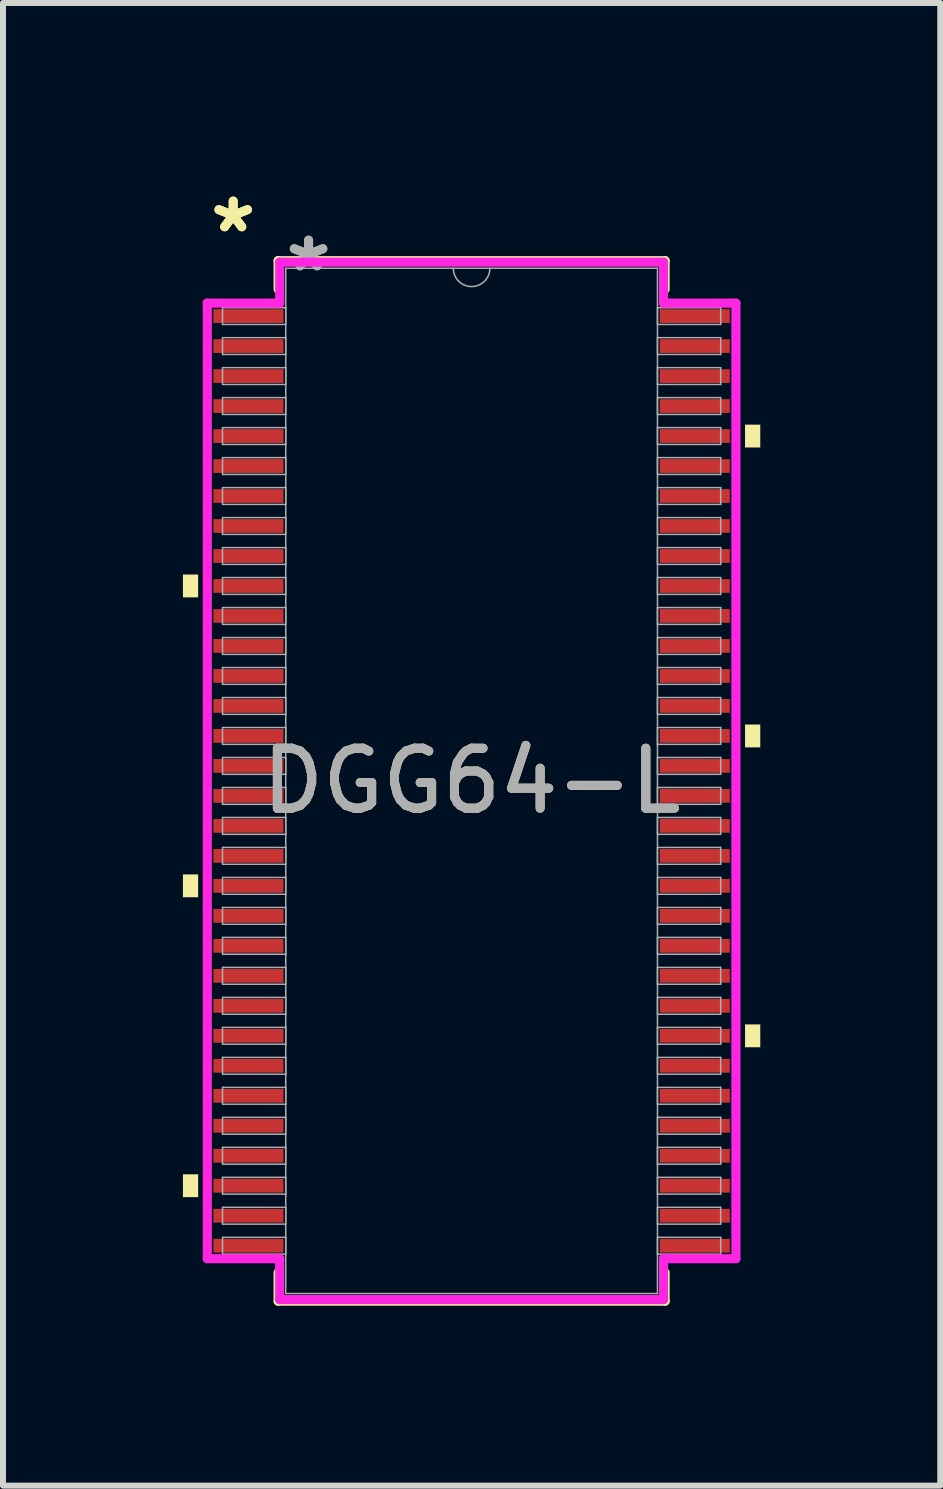
<source format=kicad_pcb>
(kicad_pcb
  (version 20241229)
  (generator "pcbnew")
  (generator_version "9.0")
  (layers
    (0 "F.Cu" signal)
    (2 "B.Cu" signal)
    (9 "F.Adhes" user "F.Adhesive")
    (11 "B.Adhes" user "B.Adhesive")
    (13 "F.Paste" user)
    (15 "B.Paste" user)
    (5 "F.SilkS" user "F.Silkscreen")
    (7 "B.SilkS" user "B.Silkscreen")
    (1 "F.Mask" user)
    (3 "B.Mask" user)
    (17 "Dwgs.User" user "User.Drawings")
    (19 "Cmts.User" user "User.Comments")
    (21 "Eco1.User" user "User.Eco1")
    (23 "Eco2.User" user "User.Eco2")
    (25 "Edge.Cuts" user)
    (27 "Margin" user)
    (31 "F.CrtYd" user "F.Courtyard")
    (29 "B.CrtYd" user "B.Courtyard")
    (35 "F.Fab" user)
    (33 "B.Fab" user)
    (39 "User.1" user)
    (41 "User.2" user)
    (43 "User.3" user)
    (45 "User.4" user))
  (footprint "DGG64-L"
    (layer "F.Cu")
    (at 4.813 9.97)
    (property "Reference" "DGG64-L" (at 0 0 0) (unlocked yes) (layer "F.SilkS") (effects (font (size 1 1) (thickness 0.15))))
    (attr smd)
    (fp_line (start -3.226 -8.674) (end -3.226 -8.197) (stroke (width 0.152) (type solid)) (layer "F.SilkS"))
    (fp_line (start -3.226 8.197) (end -3.226 8.674) (stroke (width 0.152) (type solid)) (layer "F.SilkS"))
    (fp_line (start -3.226 8.674) (end 3.226 8.674) (stroke (width 0.152) (type solid)) (layer "F.SilkS"))
    (fp_line (start 3.226 -8.674) (end -3.226 -8.674) (stroke (width 0.152) (type solid)) (layer "F.SilkS"))
    (fp_line (start 3.226 -8.197) (end 3.226 -8.674) (stroke (width 0.152) (type solid)) (layer "F.SilkS"))
    (fp_line (start 3.226 8.674) (end 3.226 8.197) (stroke (width 0.152) (type solid)) (layer "F.SilkS"))
    (fp_poly (pts (xy -4.813 -3.441) (xy -4.813 -3.06) (xy -4.559 -3.06) (xy -4.559 -3.441)) (stroke (width 0) (type solid)) (fill yes) (layer "F.SilkS"))
    (fp_poly (pts (xy -4.813 1.559) (xy -4.813 1.94) (xy -4.559 1.94) (xy -4.559 1.559)) (stroke (width 0) (type solid)) (fill yes) (layer "F.SilkS"))
    (fp_poly (pts (xy -4.813 6.559) (xy -4.813 6.94) (xy -4.559 6.94) (xy -4.559 6.559)) (stroke (width 0) (type solid)) (fill yes) (layer "F.SilkS"))
    (fp_poly (pts (xy 4.813 -5.94) (xy 4.813 -5.559) (xy 4.559 -5.559) (xy 4.559 -5.94)) (stroke (width 0) (type solid)) (fill yes) (layer "F.SilkS"))
    (fp_poly (pts (xy 4.813 -0.94) (xy 4.813 -0.559) (xy 4.559 -0.559) (xy 4.559 -0.94)) (stroke (width 0) (type solid)) (fill yes) (layer "F.SilkS"))
    (fp_poly (pts (xy 4.813 4.06) (xy 4.813 4.441) (xy 4.559 4.441) (xy 4.559 4.06)) (stroke (width 0) (type solid)) (fill yes) (layer "F.SilkS"))
    (fp_line (start -4.407 -7.966) (end -3.2 -7.966) (stroke (width 0.152) (type solid)) (layer "F.CrtYd"))
    (fp_line (start -4.407 7.966) (end -4.407 -7.966) (stroke (width 0.152) (type solid)) (layer "F.CrtYd"))
    (fp_line (start -4.407 7.966) (end -3.2 7.966) (stroke (width 0.152) (type solid)) (layer "F.CrtYd"))
    (fp_line (start -3.2 -8.649) (end 3.2 -8.649) (stroke (width 0.152) (type solid)) (layer "F.CrtYd"))
    (fp_line (start -3.2 -7.966) (end -3.2 -8.649) (stroke (width 0.152) (type solid)) (layer "F.CrtYd"))
    (fp_line (start -3.2 8.649) (end -3.2 7.966) (stroke (width 0.152) (type solid)) (layer "F.CrtYd"))
    (fp_line (start 3.2 -8.649) (end 3.2 -7.966) (stroke (width 0.152) (type solid)) (layer "F.CrtYd"))
    (fp_line (start 3.2 7.966) (end 3.2 8.649) (stroke (width 0.152) (type solid)) (layer "F.CrtYd"))
    (fp_line (start 3.2 8.649) (end -3.2 8.649) (stroke (width 0.152) (type solid)) (layer "F.CrtYd"))
    (fp_line (start 4.407 -7.966) (end 3.2 -7.966) (stroke (width 0.152) (type solid)) (layer "F.CrtYd"))
    (fp_line (start 4.407 -7.966) (end 4.407 7.966) (stroke (width 0.152) (type solid)) (layer "F.CrtYd"))
    (fp_line (start 4.407 7.966) (end 3.2 7.966) (stroke (width 0.152) (type solid)) (layer "F.CrtYd"))
    (fp_line (start -4.153 -7.89) (end -4.153 -7.61) (stroke (width 0.025) (type solid)) (layer "F.Fab"))
    (fp_line (start -4.153 -7.61) (end -3.099 -7.61) (stroke (width 0.025) (type solid)) (layer "F.Fab"))
    (fp_line (start -4.153 -7.39) (end -4.153 -7.11) (stroke (width 0.025) (type solid)) (layer "F.Fab"))
    (fp_line (start -4.153 -7.11) (end -3.099 -7.11) (stroke (width 0.025) (type solid)) (layer "F.Fab"))
    (fp_line (start -4.153 -6.89) (end -4.153 -6.61) (stroke (width 0.025) (type solid)) (layer "F.Fab"))
    (fp_line (start -4.153 -6.61) (end -3.099 -6.61) (stroke (width 0.025) (type solid)) (layer "F.Fab"))
    (fp_line (start -4.153 -6.39) (end -4.153 -6.11) (stroke (width 0.025) (type solid)) (layer "F.Fab"))
    (fp_line (start -4.153 -6.11) (end -3.099 -6.11) (stroke (width 0.025) (type solid)) (layer "F.Fab"))
    (fp_line (start -4.153 -5.89) (end -4.153 -5.61) (stroke (width 0.025) (type solid)) (layer "F.Fab"))
    (fp_line (start -4.153 -5.61) (end -3.099 -5.61) (stroke (width 0.025) (type solid)) (layer "F.Fab"))
    (fp_line (start -4.153 -5.39) (end -4.153 -5.11) (stroke (width 0.025) (type solid)) (layer "F.Fab"))
    (fp_line (start -4.153 -5.11) (end -3.099 -5.11) (stroke (width 0.025) (type solid)) (layer "F.Fab"))
    (fp_line (start -4.153 -4.89) (end -4.153 -4.61) (stroke (width 0.025) (type solid)) (layer "F.Fab"))
    (fp_line (start -4.153 -4.61) (end -3.099 -4.61) (stroke (width 0.025) (type solid)) (layer "F.Fab"))
    (fp_line (start -4.153 -4.39) (end -4.153 -4.11) (stroke (width 0.025) (type solid)) (layer "F.Fab"))
    (fp_line (start -4.153 -4.11) (end -3.099 -4.11) (stroke (width 0.025) (type solid)) (layer "F.Fab"))
    (fp_line (start -4.153 -3.89) (end -4.153 -3.61) (stroke (width 0.025) (type solid)) (layer "F.Fab"))
    (fp_line (start -4.153 -3.61) (end -3.099 -3.61) (stroke (width 0.025) (type solid)) (layer "F.Fab"))
    (fp_line (start -4.153 -3.39) (end -4.153 -3.11) (stroke (width 0.025) (type solid)) (layer "F.Fab"))
    (fp_line (start -4.153 -3.11) (end -3.099 -3.11) (stroke (width 0.025) (type solid)) (layer "F.Fab"))
    (fp_line (start -4.153 -2.89) (end -4.153 -2.61) (stroke (width 0.025) (type solid)) (layer "F.Fab"))
    (fp_line (start -4.153 -2.61) (end -3.099 -2.61) (stroke (width 0.025) (type solid)) (layer "F.Fab"))
    (fp_line (start -4.153 -2.39) (end -4.153 -2.11) (stroke (width 0.025) (type solid)) (layer "F.Fab"))
    (fp_line (start -4.153 -2.11) (end -3.099 -2.11) (stroke (width 0.025) (type solid)) (layer "F.Fab"))
    (fp_line (start -4.153 -1.89) (end -4.153 -1.61) (stroke (width 0.025) (type solid)) (layer "F.Fab"))
    (fp_line (start -4.153 -1.61) (end -3.099 -1.61) (stroke (width 0.025) (type solid)) (layer "F.Fab"))
    (fp_line (start -4.153 -1.39) (end -4.153 -1.11) (stroke (width 0.025) (type solid)) (layer "F.Fab"))
    (fp_line (start -4.153 -1.11) (end -3.099 -1.11) (stroke (width 0.025) (type solid)) (layer "F.Fab"))
    (fp_line (start -4.153 -0.89) (end -4.153 -0.61) (stroke (width 0.025) (type solid)) (layer "F.Fab"))
    (fp_line (start -4.153 -0.61) (end -3.099 -0.61) (stroke (width 0.025) (type solid)) (layer "F.Fab"))
    (fp_line (start -4.153 -0.39) (end -4.153 -0.11) (stroke (width 0.025) (type solid)) (layer "F.Fab"))
    (fp_line (start -4.153 -0.11) (end -3.099 -0.11) (stroke (width 0.025) (type solid)) (layer "F.Fab"))
    (fp_line (start -4.153 0.11) (end -4.153 0.39) (stroke (width 0.025) (type solid)) (layer "F.Fab"))
    (fp_line (start -4.153 0.39) (end -3.099 0.39) (stroke (width 0.025) (type solid)) (layer "F.Fab"))
    (fp_line (start -4.153 0.61) (end -4.153 0.89) (stroke (width 0.025) (type solid)) (layer "F.Fab"))
    (fp_line (start -4.153 0.89) (end -3.099 0.89) (stroke (width 0.025) (type solid)) (layer "F.Fab"))
    (fp_line (start -4.153 1.11) (end -4.153 1.39) (stroke (width 0.025) (type solid)) (layer "F.Fab"))
    (fp_line (start -4.153 1.39) (end -3.099 1.39) (stroke (width 0.025) (type solid)) (layer "F.Fab"))
    (fp_line (start -4.153 1.61) (end -4.153 1.89) (stroke (width 0.025) (type solid)) (layer "F.Fab"))
    (fp_line (start -4.153 1.89) (end -3.099 1.89) (stroke (width 0.025) (type solid)) (layer "F.Fab"))
    (fp_line (start -4.153 2.11) (end -4.153 2.39) (stroke (width 0.025) (type solid)) (layer "F.Fab"))
    (fp_line (start -4.153 2.39) (end -3.099 2.39) (stroke (width 0.025) (type solid)) (layer "F.Fab"))
    (fp_line (start -4.153 2.61) (end -4.153 2.89) (stroke (width 0.025) (type solid)) (layer "F.Fab"))
    (fp_line (start -4.153 2.89) (end -3.099 2.89) (stroke (width 0.025) (type solid)) (layer "F.Fab"))
    (fp_line (start -4.153 3.11) (end -4.153 3.39) (stroke (width 0.025) (type solid)) (layer "F.Fab"))
    (fp_line (start -4.153 3.39) (end -3.099 3.39) (stroke (width 0.025) (type solid)) (layer "F.Fab"))
    (fp_line (start -4.153 3.61) (end -4.153 3.89) (stroke (width 0.025) (type solid)) (layer "F.Fab"))
    (fp_line (start -4.153 3.89) (end -3.099 3.89) (stroke (width 0.025) (type solid)) (layer "F.Fab"))
    (fp_line (start -4.153 4.11) (end -4.153 4.39) (stroke (width 0.025) (type solid)) (layer "F.Fab"))
    (fp_line (start -4.153 4.39) (end -3.099 4.39) (stroke (width 0.025) (type solid)) (layer "F.Fab"))
    (fp_line (start -4.153 4.61) (end -4.153 4.89) (stroke (width 0.025) (type solid)) (layer "F.Fab"))
    (fp_line (start -4.153 4.89) (end -3.099 4.89) (stroke (width 0.025) (type solid)) (layer "F.Fab"))
    (fp_line (start -4.153 5.11) (end -4.153 5.39) (stroke (width 0.025) (type solid)) (layer "F.Fab"))
    (fp_line (start -4.153 5.39) (end -3.099 5.39) (stroke (width 0.025) (type solid)) (layer "F.Fab"))
    (fp_line (start -4.153 5.61) (end -4.153 5.89) (stroke (width 0.025) (type solid)) (layer "F.Fab"))
    (fp_line (start -4.153 5.89) (end -3.099 5.89) (stroke (width 0.025) (type solid)) (layer "F.Fab"))
    (fp_line (start -4.153 6.11) (end -4.153 6.39) (stroke (width 0.025) (type solid)) (layer "F.Fab"))
    (fp_line (start -4.153 6.39) (end -3.099 6.39) (stroke (width 0.025) (type solid)) (layer "F.Fab"))
    (fp_line (start -4.153 6.61) (end -4.153 6.89) (stroke (width 0.025) (type solid)) (layer "F.Fab"))
    (fp_line (start -4.153 6.89) (end -3.099 6.89) (stroke (width 0.025) (type solid)) (layer "F.Fab"))
    (fp_line (start -4.153 7.11) (end -4.153 7.39) (stroke (width 0.025) (type solid)) (layer "F.Fab"))
    (fp_line (start -4.153 7.39) (end -3.099 7.39) (stroke (width 0.025) (type solid)) (layer "F.Fab"))
    (fp_line (start -4.153 7.61) (end -4.153 7.89) (stroke (width 0.025) (type solid)) (layer "F.Fab"))
    (fp_line (start -4.153 7.89) (end -3.099 7.89) (stroke (width 0.025) (type solid)) (layer "F.Fab"))
    (fp_line (start -3.099 -8.547) (end -3.099 8.547) (stroke (width 0.025) (type solid)) (layer "F.Fab"))
    (fp_line (start -3.099 -7.89) (end -4.153 -7.89) (stroke (width 0.025) (type solid)) (layer "F.Fab"))
    (fp_line (start -3.099 -7.61) (end -3.099 -7.89) (stroke (width 0.025) (type solid)) (layer "F.Fab"))
    (fp_line (start -3.099 -7.39) (end -4.153 -7.39) (stroke (width 0.025) (type solid)) (layer "F.Fab"))
    (fp_line (start -3.099 -7.11) (end -3.099 -7.39) (stroke (width 0.025) (type solid)) (layer "F.Fab"))
    (fp_line (start -3.099 -6.89) (end -4.153 -6.89) (stroke (width 0.025) (type solid)) (layer "F.Fab"))
    (fp_line (start -3.099 -6.61) (end -3.099 -6.89) (stroke (width 0.025) (type solid)) (layer "F.Fab"))
    (fp_line (start -3.099 -6.39) (end -4.153 -6.39) (stroke (width 0.025) (type solid)) (layer "F.Fab"))
    (fp_line (start -3.099 -6.11) (end -3.099 -6.39) (stroke (width 0.025) (type solid)) (layer "F.Fab"))
    (fp_line (start -3.099 -5.89) (end -4.153 -5.89) (stroke (width 0.025) (type solid)) (layer "F.Fab"))
    (fp_line (start -3.099 -5.61) (end -3.099 -5.89) (stroke (width 0.025) (type solid)) (layer "F.Fab"))
    (fp_line (start -3.099 -5.39) (end -4.153 -5.39) (stroke (width 0.025) (type solid)) (layer "F.Fab"))
    (fp_line (start -3.099 -5.11) (end -3.099 -5.39) (stroke (width 0.025) (type solid)) (layer "F.Fab"))
    (fp_line (start -3.099 -4.89) (end -4.153 -4.89) (stroke (width 0.025) (type solid)) (layer "F.Fab"))
    (fp_line (start -3.099 -4.61) (end -3.099 -4.89) (stroke (width 0.025) (type solid)) (layer "F.Fab"))
    (fp_line (start -3.099 -4.39) (end -4.153 -4.39) (stroke (width 0.025) (type solid)) (layer "F.Fab"))
    (fp_line (start -3.099 -4.11) (end -3.099 -4.39) (stroke (width 0.025) (type solid)) (layer "F.Fab"))
    (fp_line (start -3.099 -3.89) (end -4.153 -3.89) (stroke (width 0.025) (type solid)) (layer "F.Fab"))
    (fp_line (start -3.099 -3.61) (end -3.099 -3.89) (stroke (width 0.025) (type solid)) (layer "F.Fab"))
    (fp_line (start -3.099 -3.39) (end -4.153 -3.39) (stroke (width 0.025) (type solid)) (layer "F.Fab"))
    (fp_line (start -3.099 -3.11) (end -3.099 -3.39) (stroke (width 0.025) (type solid)) (layer "F.Fab"))
    (fp_line (start -3.099 -2.89) (end -4.153 -2.89) (stroke (width 0.025) (type solid)) (layer "F.Fab"))
    (fp_line (start -3.099 -2.61) (end -3.099 -2.89) (stroke (width 0.025) (type solid)) (layer "F.Fab"))
    (fp_line (start -3.099 -2.39) (end -4.153 -2.39) (stroke (width 0.025) (type solid)) (layer "F.Fab"))
    (fp_line (start -3.099 -2.11) (end -3.099 -2.39) (stroke (width 0.025) (type solid)) (layer "F.Fab"))
    (fp_line (start -3.099 -1.89) (end -4.153 -1.89) (stroke (width 0.025) (type solid)) (layer "F.Fab"))
    (fp_line (start -3.099 -1.61) (end -3.099 -1.89) (stroke (width 0.025) (type solid)) (layer "F.Fab"))
    (fp_line (start -3.099 -1.39) (end -4.153 -1.39) (stroke (width 0.025) (type solid)) (layer "F.Fab"))
    (fp_line (start -3.099 -1.11) (end -3.099 -1.39) (stroke (width 0.025) (type solid)) (layer "F.Fab"))
    (fp_line (start -3.099 -0.89) (end -4.153 -0.89) (stroke (width 0.025) (type solid)) (layer "F.Fab"))
    (fp_line (start -3.099 -0.61) (end -3.099 -0.89) (stroke (width 0.025) (type solid)) (layer "F.Fab"))
    (fp_line (start -3.099 -0.39) (end -4.153 -0.39) (stroke (width 0.025) (type solid)) (layer "F.Fab"))
    (fp_line (start -3.099 -0.11) (end -3.099 -0.39) (stroke (width 0.025) (type solid)) (layer "F.Fab"))
    (fp_line (start -3.099 0.11) (end -4.153 0.11) (stroke (width 0.025) (type solid)) (layer "F.Fab"))
    (fp_line (start -3.099 0.39) (end -3.099 0.11) (stroke (width 0.025) (type solid)) (layer "F.Fab"))
    (fp_line (start -3.099 0.61) (end -4.153 0.61) (stroke (width 0.025) (type solid)) (layer "F.Fab"))
    (fp_line (start -3.099 0.89) (end -3.099 0.61) (stroke (width 0.025) (type solid)) (layer "F.Fab"))
    (fp_line (start -3.099 1.11) (end -4.153 1.11) (stroke (width 0.025) (type solid)) (layer "F.Fab"))
    (fp_line (start -3.099 1.39) (end -3.099 1.11) (stroke (width 0.025) (type solid)) (layer "F.Fab"))
    (fp_line (start -3.099 1.61) (end -4.153 1.61) (stroke (width 0.025) (type solid)) (layer "F.Fab"))
    (fp_line (start -3.099 1.89) (end -3.099 1.61) (stroke (width 0.025) (type solid)) (layer "F.Fab"))
    (fp_line (start -3.099 2.11) (end -4.153 2.11) (stroke (width 0.025) (type solid)) (layer "F.Fab"))
    (fp_line (start -3.099 2.39) (end -3.099 2.11) (stroke (width 0.025) (type solid)) (layer "F.Fab"))
    (fp_line (start -3.099 2.61) (end -4.153 2.61) (stroke (width 0.025) (type solid)) (layer "F.Fab"))
    (fp_line (start -3.099 2.89) (end -3.099 2.61) (stroke (width 0.025) (type solid)) (layer "F.Fab"))
    (fp_line (start -3.099 3.11) (end -4.153 3.11) (stroke (width 0.025) (type solid)) (layer "F.Fab"))
    (fp_line (start -3.099 3.39) (end -3.099 3.11) (stroke (width 0.025) (type solid)) (layer "F.Fab"))
    (fp_line (start -3.099 3.61) (end -4.153 3.61) (stroke (width 0.025) (type solid)) (layer "F.Fab"))
    (fp_line (start -3.099 3.89) (end -3.099 3.61) (stroke (width 0.025) (type solid)) (layer "F.Fab"))
    (fp_line (start -3.099 4.11) (end -4.153 4.11) (stroke (width 0.025) (type solid)) (layer "F.Fab"))
    (fp_line (start -3.099 4.39) (end -3.099 4.11) (stroke (width 0.025) (type solid)) (layer "F.Fab"))
    (fp_line (start -3.099 4.61) (end -4.153 4.61) (stroke (width 0.025) (type solid)) (layer "F.Fab"))
    (fp_line (start -3.099 4.89) (end -3.099 4.61) (stroke (width 0.025) (type solid)) (layer "F.Fab"))
    (fp_line (start -3.099 5.11) (end -4.153 5.11) (stroke (width 0.025) (type solid)) (layer "F.Fab"))
    (fp_line (start -3.099 5.39) (end -3.099 5.11) (stroke (width 0.025) (type solid)) (layer "F.Fab"))
    (fp_line (start -3.099 5.61) (end -4.153 5.61) (stroke (width 0.025) (type solid)) (layer "F.Fab"))
    (fp_line (start -3.099 5.89) (end -3.099 5.61) (stroke (width 0.025) (type solid)) (layer "F.Fab"))
    (fp_line (start -3.099 6.11) (end -4.153 6.11) (stroke (width 0.025) (type solid)) (layer "F.Fab"))
    (fp_line (start -3.099 6.39) (end -3.099 6.11) (stroke (width 0.025) (type solid)) (layer "F.Fab"))
    (fp_line (start -3.099 6.61) (end -4.153 6.61) (stroke (width 0.025) (type solid)) (layer "F.Fab"))
    (fp_line (start -3.099 6.89) (end -3.099 6.61) (stroke (width 0.025) (type solid)) (layer "F.Fab"))
    (fp_line (start -3.099 7.11) (end -4.153 7.11) (stroke (width 0.025) (type solid)) (layer "F.Fab"))
    (fp_line (start -3.099 7.39) (end -3.099 7.11) (stroke (width 0.025) (type solid)) (layer "F.Fab"))
    (fp_line (start -3.099 7.61) (end -4.153 7.61) (stroke (width 0.025) (type solid)) (layer "F.Fab"))
    (fp_line (start -3.099 7.89) (end -3.099 7.61) (stroke (width 0.025) (type solid)) (layer "F.Fab"))
    (fp_line (start -3.099 8.547) (end 3.099 8.547) (stroke (width 0.025) (type solid)) (layer "F.Fab"))
    (fp_line (start 3.099 -8.547) (end -3.099 -8.547) (stroke (width 0.025) (type solid)) (layer "F.Fab"))
    (fp_line (start 3.099 -7.89) (end 3.099 -7.61) (stroke (width 0.025) (type solid)) (layer "F.Fab"))
    (fp_line (start 3.099 -7.61) (end 4.153 -7.61) (stroke (width 0.025) (type solid)) (layer "F.Fab"))
    (fp_line (start 3.099 -7.39) (end 3.099 -7.11) (stroke (width 0.025) (type solid)) (layer "F.Fab"))
    (fp_line (start 3.099 -7.11) (end 4.153 -7.11) (stroke (width 0.025) (type solid)) (layer "F.Fab"))
    (fp_line (start 3.099 -6.89) (end 3.099 -6.61) (stroke (width 0.025) (type solid)) (layer "F.Fab"))
    (fp_line (start 3.099 -6.61) (end 4.153 -6.61) (stroke (width 0.025) (type solid)) (layer "F.Fab"))
    (fp_line (start 3.099 -6.39) (end 3.099 -6.11) (stroke (width 0.025) (type solid)) (layer "F.Fab"))
    (fp_line (start 3.099 -6.11) (end 4.153 -6.11) (stroke (width 0.025) (type solid)) (layer "F.Fab"))
    (fp_line (start 3.099 -5.89) (end 3.099 -5.61) (stroke (width 0.025) (type solid)) (layer "F.Fab"))
    (fp_line (start 3.099 -5.61) (end 4.153 -5.61) (stroke (width 0.025) (type solid)) (layer "F.Fab"))
    (fp_line (start 3.099 -5.39) (end 3.099 -5.11) (stroke (width 0.025) (type solid)) (layer "F.Fab"))
    (fp_line (start 3.099 -5.11) (end 4.153 -5.11) (stroke (width 0.025) (type solid)) (layer "F.Fab"))
    (fp_line (start 3.099 -4.89) (end 3.099 -4.61) (stroke (width 0.025) (type solid)) (layer "F.Fab"))
    (fp_line (start 3.099 -4.61) (end 4.153 -4.61) (stroke (width 0.025) (type solid)) (layer "F.Fab"))
    (fp_line (start 3.099 -4.39) (end 3.099 -4.11) (stroke (width 0.025) (type solid)) (layer "F.Fab"))
    (fp_line (start 3.099 -4.11) (end 4.153 -4.11) (stroke (width 0.025) (type solid)) (layer "F.Fab"))
    (fp_line (start 3.099 -3.89) (end 3.099 -3.61) (stroke (width 0.025) (type solid)) (layer "F.Fab"))
    (fp_line (start 3.099 -3.61) (end 4.153 -3.61) (stroke (width 0.025) (type solid)) (layer "F.Fab"))
    (fp_line (start 3.099 -3.39) (end 3.099 -3.11) (stroke (width 0.025) (type solid)) (layer "F.Fab"))
    (fp_line (start 3.099 -3.11) (end 4.153 -3.11) (stroke (width 0.025) (type solid)) (layer "F.Fab"))
    (fp_line (start 3.099 -2.89) (end 3.099 -2.61) (stroke (width 0.025) (type solid)) (layer "F.Fab"))
    (fp_line (start 3.099 -2.61) (end 4.153 -2.61) (stroke (width 0.025) (type solid)) (layer "F.Fab"))
    (fp_line (start 3.099 -2.39) (end 3.099 -2.11) (stroke (width 0.025) (type solid)) (layer "F.Fab"))
    (fp_line (start 3.099 -2.11) (end 4.153 -2.11) (stroke (width 0.025) (type solid)) (layer "F.Fab"))
    (fp_line (start 3.099 -1.89) (end 3.099 -1.61) (stroke (width 0.025) (type solid)) (layer "F.Fab"))
    (fp_line (start 3.099 -1.61) (end 4.153 -1.61) (stroke (width 0.025) (type solid)) (layer "F.Fab"))
    (fp_line (start 3.099 -1.39) (end 3.099 -1.11) (stroke (width 0.025) (type solid)) (layer "F.Fab"))
    (fp_line (start 3.099 -1.11) (end 4.153 -1.11) (stroke (width 0.025) (type solid)) (layer "F.Fab"))
    (fp_line (start 3.099 -0.89) (end 3.099 -0.61) (stroke (width 0.025) (type solid)) (layer "F.Fab"))
    (fp_line (start 3.099 -0.61) (end 4.153 -0.61) (stroke (width 0.025) (type solid)) (layer "F.Fab"))
    (fp_line (start 3.099 -0.39) (end 3.099 -0.11) (stroke (width 0.025) (type solid)) (layer "F.Fab"))
    (fp_line (start 3.099 -0.11) (end 4.153 -0.11) (stroke (width 0.025) (type solid)) (layer "F.Fab"))
    (fp_line (start 3.099 0.11) (end 3.099 0.39) (stroke (width 0.025) (type solid)) (layer "F.Fab"))
    (fp_line (start 3.099 0.39) (end 4.153 0.39) (stroke (width 0.025) (type solid)) (layer "F.Fab"))
    (fp_line (start 3.099 0.61) (end 3.099 0.89) (stroke (width 0.025) (type solid)) (layer "F.Fab"))
    (fp_line (start 3.099 0.89) (end 4.153 0.89) (stroke (width 0.025) (type solid)) (layer "F.Fab"))
    (fp_line (start 3.099 1.11) (end 3.099 1.39) (stroke (width 0.025) (type solid)) (layer "F.Fab"))
    (fp_line (start 3.099 1.39) (end 4.153 1.39) (stroke (width 0.025) (type solid)) (layer "F.Fab"))
    (fp_line (start 3.099 1.61) (end 3.099 1.89) (stroke (width 0.025) (type solid)) (layer "F.Fab"))
    (fp_line (start 3.099 1.89) (end 4.153 1.89) (stroke (width 0.025) (type solid)) (layer "F.Fab"))
    (fp_line (start 3.099 2.11) (end 3.099 2.39) (stroke (width 0.025) (type solid)) (layer "F.Fab"))
    (fp_line (start 3.099 2.39) (end 4.153 2.39) (stroke (width 0.025) (type solid)) (layer "F.Fab"))
    (fp_line (start 3.099 2.61) (end 3.099 2.89) (stroke (width 0.025) (type solid)) (layer "F.Fab"))
    (fp_line (start 3.099 2.89) (end 4.153 2.89) (stroke (width 0.025) (type solid)) (layer "F.Fab"))
    (fp_line (start 3.099 3.11) (end 3.099 3.39) (stroke (width 0.025) (type solid)) (layer "F.Fab"))
    (fp_line (start 3.099 3.39) (end 4.153 3.39) (stroke (width 0.025) (type solid)) (layer "F.Fab"))
    (fp_line (start 3.099 3.61) (end 3.099 3.89) (stroke (width 0.025) (type solid)) (layer "F.Fab"))
    (fp_line (start 3.099 3.89) (end 4.153 3.89) (stroke (width 0.025) (type solid)) (layer "F.Fab"))
    (fp_line (start 3.099 4.11) (end 3.099 4.39) (stroke (width 0.025) (type solid)) (layer "F.Fab"))
    (fp_line (start 3.099 4.39) (end 4.153 4.39) (stroke (width 0.025) (type solid)) (layer "F.Fab"))
    (fp_line (start 3.099 4.61) (end 3.099 4.89) (stroke (width 0.025) (type solid)) (layer "F.Fab"))
    (fp_line (start 3.099 4.89) (end 4.153 4.89) (stroke (width 0.025) (type solid)) (layer "F.Fab"))
    (fp_line (start 3.099 5.11) (end 3.099 5.39) (stroke (width 0.025) (type solid)) (layer "F.Fab"))
    (fp_line (start 3.099 5.39) (end 4.153 5.39) (stroke (width 0.025) (type solid)) (layer "F.Fab"))
    (fp_line (start 3.099 5.61) (end 3.099 5.89) (stroke (width 0.025) (type solid)) (layer "F.Fab"))
    (fp_line (start 3.099 5.89) (end 4.153 5.89) (stroke (width 0.025) (type solid)) (layer "F.Fab"))
    (fp_line (start 3.099 6.11) (end 3.099 6.39) (stroke (width 0.025) (type solid)) (layer "F.Fab"))
    (fp_line (start 3.099 6.39) (end 4.153 6.39) (stroke (width 0.025) (type solid)) (layer "F.Fab"))
    (fp_line (start 3.099 6.61) (end 3.099 6.89) (stroke (width 0.025) (type solid)) (layer "F.Fab"))
    (fp_line (start 3.099 6.89) (end 4.153 6.89) (stroke (width 0.025) (type solid)) (layer "F.Fab"))
    (fp_line (start 3.099 7.11) (end 3.099 7.39) (stroke (width 0.025) (type solid)) (layer "F.Fab"))
    (fp_line (start 3.099 7.39) (end 4.153 7.39) (stroke (width 0.025) (type solid)) (layer "F.Fab"))
    (fp_line (start 3.099 7.61) (end 3.099 7.89) (stroke (width 0.025) (type solid)) (layer "F.Fab"))
    (fp_line (start 3.099 7.89) (end 4.153 7.89) (stroke (width 0.025) (type solid)) (layer "F.Fab"))
    (fp_line (start 3.099 8.547) (end 3.099 -8.547) (stroke (width 0.025) (type solid)) (layer "F.Fab"))
    (fp_line (start 4.153 -7.89) (end 3.099 -7.89) (stroke (width 0.025) (type solid)) (layer "F.Fab"))
    (fp_line (start 4.153 -7.61) (end 4.153 -7.89) (stroke (width 0.025) (type solid)) (layer "F.Fab"))
    (fp_line (start 4.153 -7.39) (end 3.099 -7.39) (stroke (width 0.025) (type solid)) (layer "F.Fab"))
    (fp_line (start 4.153 -7.11) (end 4.153 -7.39) (stroke (width 0.025) (type solid)) (layer "F.Fab"))
    (fp_line (start 4.153 -6.89) (end 3.099 -6.89) (stroke (width 0.025) (type solid)) (layer "F.Fab"))
    (fp_line (start 4.153 -6.61) (end 4.153 -6.89) (stroke (width 0.025) (type solid)) (layer "F.Fab"))
    (fp_line (start 4.153 -6.39) (end 3.099 -6.39) (stroke (width 0.025) (type solid)) (layer "F.Fab"))
    (fp_line (start 4.153 -6.11) (end 4.153 -6.39) (stroke (width 0.025) (type solid)) (layer "F.Fab"))
    (fp_line (start 4.153 -5.89) (end 3.099 -5.89) (stroke (width 0.025) (type solid)) (layer "F.Fab"))
    (fp_line (start 4.153 -5.61) (end 4.153 -5.89) (stroke (width 0.025) (type solid)) (layer "F.Fab"))
    (fp_line (start 4.153 -5.39) (end 3.099 -5.39) (stroke (width 0.025) (type solid)) (layer "F.Fab"))
    (fp_line (start 4.153 -5.11) (end 4.153 -5.39) (stroke (width 0.025) (type solid)) (layer "F.Fab"))
    (fp_line (start 4.153 -4.89) (end 3.099 -4.89) (stroke (width 0.025) (type solid)) (layer "F.Fab"))
    (fp_line (start 4.153 -4.61) (end 4.153 -4.89) (stroke (width 0.025) (type solid)) (layer "F.Fab"))
    (fp_line (start 4.153 -4.39) (end 3.099 -4.39) (stroke (width 0.025) (type solid)) (layer "F.Fab"))
    (fp_line (start 4.153 -4.11) (end 4.153 -4.39) (stroke (width 0.025) (type solid)) (layer "F.Fab"))
    (fp_line (start 4.153 -3.89) (end 3.099 -3.89) (stroke (width 0.025) (type solid)) (layer "F.Fab"))
    (fp_line (start 4.153 -3.61) (end 4.153 -3.89) (stroke (width 0.025) (type solid)) (layer "F.Fab"))
    (fp_line (start 4.153 -3.39) (end 3.099 -3.39) (stroke (width 0.025) (type solid)) (layer "F.Fab"))
    (fp_line (start 4.153 -3.11) (end 4.153 -3.39) (stroke (width 0.025) (type solid)) (layer "F.Fab"))
    (fp_line (start 4.153 -2.89) (end 3.099 -2.89) (stroke (width 0.025) (type solid)) (layer "F.Fab"))
    (fp_line (start 4.153 -2.61) (end 4.153 -2.89) (stroke (width 0.025) (type solid)) (layer "F.Fab"))
    (fp_line (start 4.153 -2.39) (end 3.099 -2.39) (stroke (width 0.025) (type solid)) (layer "F.Fab"))
    (fp_line (start 4.153 -2.11) (end 4.153 -2.39) (stroke (width 0.025) (type solid)) (layer "F.Fab"))
    (fp_line (start 4.153 -1.89) (end 3.099 -1.89) (stroke (width 0.025) (type solid)) (layer "F.Fab"))
    (fp_line (start 4.153 -1.61) (end 4.153 -1.89) (stroke (width 0.025) (type solid)) (layer "F.Fab"))
    (fp_line (start 4.153 -1.39) (end 3.099 -1.39) (stroke (width 0.025) (type solid)) (layer "F.Fab"))
    (fp_line (start 4.153 -1.11) (end 4.153 -1.39) (stroke (width 0.025) (type solid)) (layer "F.Fab"))
    (fp_line (start 4.153 -0.89) (end 3.099 -0.89) (stroke (width 0.025) (type solid)) (layer "F.Fab"))
    (fp_line (start 4.153 -0.61) (end 4.153 -0.89) (stroke (width 0.025) (type solid)) (layer "F.Fab"))
    (fp_line (start 4.153 -0.39) (end 3.099 -0.39) (stroke (width 0.025) (type solid)) (layer "F.Fab"))
    (fp_line (start 4.153 -0.11) (end 4.153 -0.39) (stroke (width 0.025) (type solid)) (layer "F.Fab"))
    (fp_line (start 4.153 0.11) (end 3.099 0.11) (stroke (width 0.025) (type solid)) (layer "F.Fab"))
    (fp_line (start 4.153 0.39) (end 4.153 0.11) (stroke (width 0.025) (type solid)) (layer "F.Fab"))
    (fp_line (start 4.153 0.61) (end 3.099 0.61) (stroke (width 0.025) (type solid)) (layer "F.Fab"))
    (fp_line (start 4.153 0.89) (end 4.153 0.61) (stroke (width 0.025) (type solid)) (layer "F.Fab"))
    (fp_line (start 4.153 1.11) (end 3.099 1.11) (stroke (width 0.025) (type solid)) (layer "F.Fab"))
    (fp_line (start 4.153 1.39) (end 4.153 1.11) (stroke (width 0.025) (type solid)) (layer "F.Fab"))
    (fp_line (start 4.153 1.61) (end 3.099 1.61) (stroke (width 0.025) (type solid)) (layer "F.Fab"))
    (fp_line (start 4.153 1.89) (end 4.153 1.61) (stroke (width 0.025) (type solid)) (layer "F.Fab"))
    (fp_line (start 4.153 2.11) (end 3.099 2.11) (stroke (width 0.025) (type solid)) (layer "F.Fab"))
    (fp_line (start 4.153 2.39) (end 4.153 2.11) (stroke (width 0.025) (type solid)) (layer "F.Fab"))
    (fp_line (start 4.153 2.61) (end 3.099 2.61) (stroke (width 0.025) (type solid)) (layer "F.Fab"))
    (fp_line (start 4.153 2.89) (end 4.153 2.61) (stroke (width 0.025) (type solid)) (layer "F.Fab"))
    (fp_line (start 4.153 3.11) (end 3.099 3.11) (stroke (width 0.025) (type solid)) (layer "F.Fab"))
    (fp_line (start 4.153 3.39) (end 4.153 3.11) (stroke (width 0.025) (type solid)) (layer "F.Fab"))
    (fp_line (start 4.153 3.61) (end 3.099 3.61) (stroke (width 0.025) (type solid)) (layer "F.Fab"))
    (fp_line (start 4.153 3.89) (end 4.153 3.61) (stroke (width 0.025) (type solid)) (layer "F.Fab"))
    (fp_line (start 4.153 4.11) (end 3.099 4.11) (stroke (width 0.025) (type solid)) (layer "F.Fab"))
    (fp_line (start 4.153 4.39) (end 4.153 4.11) (stroke (width 0.025) (type solid)) (layer "F.Fab"))
    (fp_line (start 4.153 4.61) (end 3.099 4.61) (stroke (width 0.025) (type solid)) (layer "F.Fab"))
    (fp_line (start 4.153 4.89) (end 4.153 4.61) (stroke (width 0.025) (type solid)) (layer "F.Fab"))
    (fp_line (start 4.153 5.11) (end 3.099 5.11) (stroke (width 0.025) (type solid)) (layer "F.Fab"))
    (fp_line (start 4.153 5.39) (end 4.153 5.11) (stroke (width 0.025) (type solid)) (layer "F.Fab"))
    (fp_line (start 4.153 5.61) (end 3.099 5.61) (stroke (width 0.025) (type solid)) (layer "F.Fab"))
    (fp_line (start 4.153 5.89) (end 4.153 5.61) (stroke (width 0.025) (type solid)) (layer "F.Fab"))
    (fp_line (start 4.153 6.11) (end 3.099 6.11) (stroke (width 0.025) (type solid)) (layer "F.Fab"))
    (fp_line (start 4.153 6.39) (end 4.153 6.11) (stroke (width 0.025) (type solid)) (layer "F.Fab"))
    (fp_line (start 4.153 6.61) (end 3.099 6.61) (stroke (width 0.025) (type solid)) (layer "F.Fab"))
    (fp_line (start 4.153 6.89) (end 4.153 6.61) (stroke (width 0.025) (type solid)) (layer "F.Fab"))
    (fp_line (start 4.153 7.11) (end 3.099 7.11) (stroke (width 0.025) (type solid)) (layer "F.Fab"))
    (fp_line (start 4.153 7.39) (end 4.153 7.11) (stroke (width 0.025) (type solid)) (layer "F.Fab"))
    (fp_line (start 4.153 7.61) (end 3.099 7.61) (stroke (width 0.025) (type solid)) (layer "F.Fab"))
    (fp_line (start 4.153 7.89) (end 4.153 7.61) (stroke (width 0.025) (type solid)) (layer "F.Fab"))
    (fp_arc (start 0.3048 -8.5471) (mid 0 -8.2423) (end -0.3048 -8.5471) (stroke (width 0.0254) (type solid)) (layer "F.Fab"))
    (fp_text user "*" (at -3.975 -9.122 0) (unlocked yes) (layer "F.SilkS") (effects (font (size 1 1) (thickness 0.15))))
    (fp_text user "*" (at -3.975 -9.122 0) (layer "F.SilkS") (effects (font (size 1 1) (thickness 0.15))))
    (fp_text user "${REFERENCE}" (at 0 0 0) (unlocked yes) (layer "F.Fab") (effects (font (size 1 1) (thickness 0.15))))
    (fp_text user "*" (at -2.718 -8.471 0) (unlocked yes) (layer "F.Fab") (effects (font (size 1 1) (thickness 0.15))))
    (fp_text user "*" (at -2.718 -8.471 0) (layer "F.Fab") (effects (font (size 1 1) (thickness 0.15))))
    (pad "1" smd rect (at -3.721 -7.75) (size 1.168 0.229) (layers "F.Cu" "F.Mask" "F.Paste"))
    (pad "2" smd rect (at -3.721 -7.25) (size 1.168 0.229) (layers "F.Cu" "F.Mask" "F.Paste"))
    (pad "3" smd rect (at -3.721 -6.75) (size 1.168 0.229) (layers "F.Cu" "F.Mask" "F.Paste"))
    (pad "4" smd rect (at -3.721 -6.25) (size 1.168 0.229) (layers "F.Cu" "F.Mask" "F.Paste"))
    (pad "5" smd rect (at -3.721 -5.75) (size 1.168 0.229) (layers "F.Cu" "F.Mask" "F.Paste"))
    (pad "6" smd rect (at -3.721 -5.25) (size 1.168 0.229) (layers "F.Cu" "F.Mask" "F.Paste"))
    (pad "7" smd rect (at -3.721 -4.75) (size 1.168 0.229) (layers "F.Cu" "F.Mask" "F.Paste"))
    (pad "8" smd rect (at -3.721 -4.25) (size 1.168 0.229) (layers "F.Cu" "F.Mask" "F.Paste"))
    (pad "9" smd rect (at -3.721 -3.75) (size 1.168 0.229) (layers "F.Cu" "F.Mask" "F.Paste"))
    (pad "10" smd rect (at -3.721 -3.25) (size 1.168 0.229) (layers "F.Cu" "F.Mask" "F.Paste"))
    (pad "11" smd rect (at -3.721 -2.75) (size 1.168 0.229) (layers "F.Cu" "F.Mask" "F.Paste"))
    (pad "12" smd rect (at -3.721 -2.25) (size 1.168 0.229) (layers "F.Cu" "F.Mask" "F.Paste"))
    (pad "13" smd rect (at -3.721 -1.75) (size 1.168 0.229) (layers "F.Cu" "F.Mask" "F.Paste"))
    (pad "14" smd rect (at -3.721 -1.25) (size 1.168 0.229) (layers "F.Cu" "F.Mask" "F.Paste"))
    (pad "15" smd rect (at -3.721 -0.75) (size 1.168 0.229) (layers "F.Cu" "F.Mask" "F.Paste"))
    (pad "16" smd rect (at -3.721 -0.25) (size 1.168 0.229) (layers "F.Cu" "F.Mask" "F.Paste"))
    (pad "17" smd rect (at -3.721 0.25) (size 1.168 0.229) (layers "F.Cu" "F.Mask" "F.Paste"))
    (pad "18" smd rect (at -3.721 0.75) (size 1.168 0.229) (layers "F.Cu" "F.Mask" "F.Paste"))
    (pad "19" smd rect (at -3.721 1.25) (size 1.168 0.229) (layers "F.Cu" "F.Mask" "F.Paste"))
    (pad "20" smd rect (at -3.721 1.75) (size 1.168 0.229) (layers "F.Cu" "F.Mask" "F.Paste"))
    (pad "21" smd rect (at -3.721 2.25) (size 1.168 0.229) (layers "F.Cu" "F.Mask" "F.Paste"))
    (pad "22" smd rect (at -3.721 2.75) (size 1.168 0.229) (layers "F.Cu" "F.Mask" "F.Paste"))
    (pad "23" smd rect (at -3.721 3.25) (size 1.168 0.229) (layers "F.Cu" "F.Mask" "F.Paste"))
    (pad "24" smd rect (at -3.721 3.75) (size 1.168 0.229) (layers "F.Cu" "F.Mask" "F.Paste"))
    (pad "25" smd rect (at -3.721 4.25) (size 1.168 0.229) (layers "F.Cu" "F.Mask" "F.Paste"))
    (pad "26" smd rect (at -3.721 4.75) (size 1.168 0.229) (layers "F.Cu" "F.Mask" "F.Paste"))
    (pad "27" smd rect (at -3.721 5.25) (size 1.168 0.229) (layers "F.Cu" "F.Mask" "F.Paste"))
    (pad "28" smd rect (at -3.721 5.75) (size 1.168 0.229) (layers "F.Cu" "F.Mask" "F.Paste"))
    (pad "29" smd rect (at -3.721 6.25) (size 1.168 0.229) (layers "F.Cu" "F.Mask" "F.Paste"))
    (pad "30" smd rect (at -3.721 6.75) (size 1.168 0.229) (layers "F.Cu" "F.Mask" "F.Paste"))
    (pad "31" smd rect (at -3.721 7.25) (size 1.168 0.229) (layers "F.Cu" "F.Mask" "F.Paste"))
    (pad "32" smd rect (at -3.721 7.75) (size 1.168 0.229) (layers "F.Cu" "F.Mask" "F.Paste"))
    (pad "33" smd rect (at 3.721 7.75) (size 1.168 0.229) (layers "F.Cu" "F.Mask" "F.Paste"))
    (pad "34" smd rect (at 3.721 7.25) (size 1.168 0.229) (layers "F.Cu" "F.Mask" "F.Paste"))
    (pad "35" smd rect (at 3.721 6.75) (size 1.168 0.229) (layers "F.Cu" "F.Mask" "F.Paste"))
    (pad "36" smd rect (at 3.721 6.25) (size 1.168 0.229) (layers "F.Cu" "F.Mask" "F.Paste"))
    (pad "37" smd rect (at 3.721 5.75) (size 1.168 0.229) (layers "F.Cu" "F.Mask" "F.Paste"))
    (pad "38" smd rect (at 3.721 5.25) (size 1.168 0.229) (layers "F.Cu" "F.Mask" "F.Paste"))
    (pad "39" smd rect (at 3.721 4.75) (size 1.168 0.229) (layers "F.Cu" "F.Mask" "F.Paste"))
    (pad "40" smd rect (at 3.721 4.25) (size 1.168 0.229) (layers "F.Cu" "F.Mask" "F.Paste"))
    (pad "41" smd rect (at 3.721 3.75) (size 1.168 0.229) (layers "F.Cu" "F.Mask" "F.Paste"))
    (pad "42" smd rect (at 3.721 3.25) (size 1.168 0.229) (layers "F.Cu" "F.Mask" "F.Paste"))
    (pad "43" smd rect (at 3.721 2.75) (size 1.168 0.229) (layers "F.Cu" "F.Mask" "F.Paste"))
    (pad "44" smd rect (at 3.721 2.25) (size 1.168 0.229) (layers "F.Cu" "F.Mask" "F.Paste"))
    (pad "45" smd rect (at 3.721 1.75) (size 1.168 0.229) (layers "F.Cu" "F.Mask" "F.Paste"))
    (pad "46" smd rect (at 3.721 1.25) (size 1.168 0.229) (layers "F.Cu" "F.Mask" "F.Paste"))
    (pad "47" smd rect (at 3.721 0.75) (size 1.168 0.229) (layers "F.Cu" "F.Mask" "F.Paste"))
    (pad "48" smd rect (at 3.721 0.25) (size 1.168 0.229) (layers "F.Cu" "F.Mask" "F.Paste"))
    (pad "49" smd rect (at 3.721 -0.25) (size 1.168 0.229) (layers "F.Cu" "F.Mask" "F.Paste"))
    (pad "50" smd rect (at 3.721 -0.75) (size 1.168 0.229) (layers "F.Cu" "F.Mask" "F.Paste"))
    (pad "51" smd rect (at 3.721 -1.25) (size 1.168 0.229) (layers "F.Cu" "F.Mask" "F.Paste"))
    (pad "52" smd rect (at 3.721 -1.75) (size 1.168 0.229) (layers "F.Cu" "F.Mask" "F.Paste"))
    (pad "53" smd rect (at 3.721 -2.25) (size 1.168 0.229) (layers "F.Cu" "F.Mask" "F.Paste"))
    (pad "54" smd rect (at 3.721 -2.75) (size 1.168 0.229) (layers "F.Cu" "F.Mask" "F.Paste"))
    (pad "55" smd rect (at 3.721 -3.25) (size 1.168 0.229) (layers "F.Cu" "F.Mask" "F.Paste"))
    (pad "56" smd rect (at 3.721 -3.75) (size 1.168 0.229) (layers "F.Cu" "F.Mask" "F.Paste"))
    (pad "57" smd rect (at 3.721 -4.25) (size 1.168 0.229) (layers "F.Cu" "F.Mask" "F.Paste"))
    (pad "58" smd rect (at 3.721 -4.75) (size 1.168 0.229) (layers "F.Cu" "F.Mask" "F.Paste"))
    (pad "59" smd rect (at 3.721 -5.25) (size 1.168 0.229) (layers "F.Cu" "F.Mask" "F.Paste"))
    (pad "60" smd rect (at 3.721 -5.75) (size 1.168 0.229) (layers "F.Cu" "F.Mask" "F.Paste"))
    (pad "61" smd rect (at 3.721 -6.25) (size 1.168 0.229) (layers "F.Cu" "F.Mask" "F.Paste"))
    (pad "62" smd rect (at 3.721 -6.75) (size 1.168 0.229) (layers "F.Cu" "F.Mask" "F.Paste"))
    (pad "63" smd rect (at 3.721 -7.25) (size 1.168 0.229) (layers "F.Cu" "F.Mask" "F.Paste"))
    (pad "64" smd rect (at 3.721 -7.75) (size 1.168 0.229) (layers "F.Cu" "F.Mask" "F.Paste")))
  (gr_rect
    (start -3 -3)
    (end 12.627 21.72)
    (stroke (width 0.1) (type default))
    (fill no)
    (layer "Edge.Cuts")))
</source>
